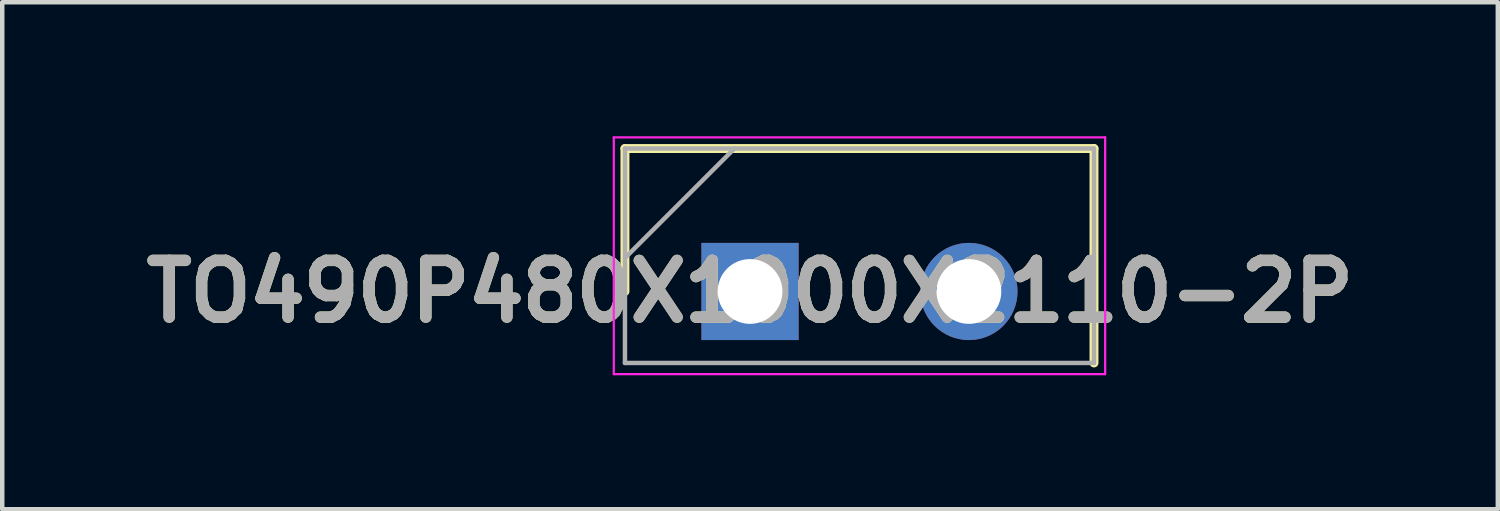
<source format=kicad_pcb>
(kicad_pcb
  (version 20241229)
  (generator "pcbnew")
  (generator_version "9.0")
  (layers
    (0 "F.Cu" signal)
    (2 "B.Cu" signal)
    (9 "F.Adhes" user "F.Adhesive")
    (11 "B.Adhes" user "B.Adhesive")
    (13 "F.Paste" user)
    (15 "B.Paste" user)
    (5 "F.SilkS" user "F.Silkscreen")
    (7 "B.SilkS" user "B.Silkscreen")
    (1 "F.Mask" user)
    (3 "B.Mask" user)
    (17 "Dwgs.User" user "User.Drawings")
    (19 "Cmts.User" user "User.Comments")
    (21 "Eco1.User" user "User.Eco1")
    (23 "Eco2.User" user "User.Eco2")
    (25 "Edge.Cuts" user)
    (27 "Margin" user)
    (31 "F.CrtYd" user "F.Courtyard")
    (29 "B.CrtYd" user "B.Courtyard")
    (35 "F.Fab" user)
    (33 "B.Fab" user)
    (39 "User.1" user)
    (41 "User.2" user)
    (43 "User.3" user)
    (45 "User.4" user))
  (footprint "TO490P480X1000X2110-2P"
    (layer "F.Cu")
    (at 13.74 3.475)
    (property "Reference" "TO490P480X1000X2110-2P" (at 0 0 0) (layer "F.SilkS") (effects (font (size 1.27 1.27) (thickness 0.254))))
    (attr through_hole)
    (fp_line (start -2.8 -3.2) (end -2.8 0) (stroke (width 0.2) (type solid)) (layer "F.SilkS"))
    (fp_line (start 7.7 -3.2) (end -2.8 -3.2) (stroke (width 0.2) (type solid)) (layer "F.SilkS"))
    (fp_line (start 7.7 1.6) (end 7.7 -3.2) (stroke (width 0.2) (type solid)) (layer "F.SilkS"))
    (fp_line (start -3.05 -3.45) (end 7.95 -3.45) (stroke (width 0.05) (type solid)) (layer "F.CrtYd"))
    (fp_line (start -3.05 1.85) (end -3.05 -3.45) (stroke (width 0.05) (type solid)) (layer "F.CrtYd"))
    (fp_line (start 7.95 -3.45) (end 7.95 1.85) (stroke (width 0.05) (type solid)) (layer "F.CrtYd"))
    (fp_line (start 7.95 1.85) (end -3.05 1.85) (stroke (width 0.05) (type solid)) (layer "F.CrtYd"))
    (fp_line (start -2.8 -3.2) (end 7.7 -3.2) (stroke (width 0.1) (type solid)) (layer "F.Fab"))
    (fp_line (start -2.8 -0.75) (end -0.35 -3.2) (stroke (width 0.1) (type solid)) (layer "F.Fab"))
    (fp_line (start -2.8 1.6) (end -2.8 -3.2) (stroke (width 0.1) (type solid)) (layer "F.Fab"))
    (fp_line (start 7.7 -3.2) (end 7.7 1.6) (stroke (width 0.1) (type solid)) (layer "F.Fab"))
    (fp_line (start 7.7 1.6) (end -2.8 1.6) (stroke (width 0.1) (type solid)) (layer "F.Fab"))
    (fp_text user "${REFERENCE}" (at 0 0 0) (layer "F.Fab") (effects (font (size 1.27 1.27) (thickness 0.254))))
    (pad "1" thru_hole rect (at 0 0) (size 2.175 2.175) (drill 1.45) (layers "*.Cu" "*.Mask"))
    (pad "2" thru_hole circle (at 4.9 0) (size 2.175 2.175) (drill 1.45) (layers "*.Cu" "*.Mask")))
  (gr_rect
    (start -3 -3)
    (end 30.48 8.35)
    (stroke (width 0.1) (type default))
    (fill no)
    (layer "Edge.Cuts")))
</source>
